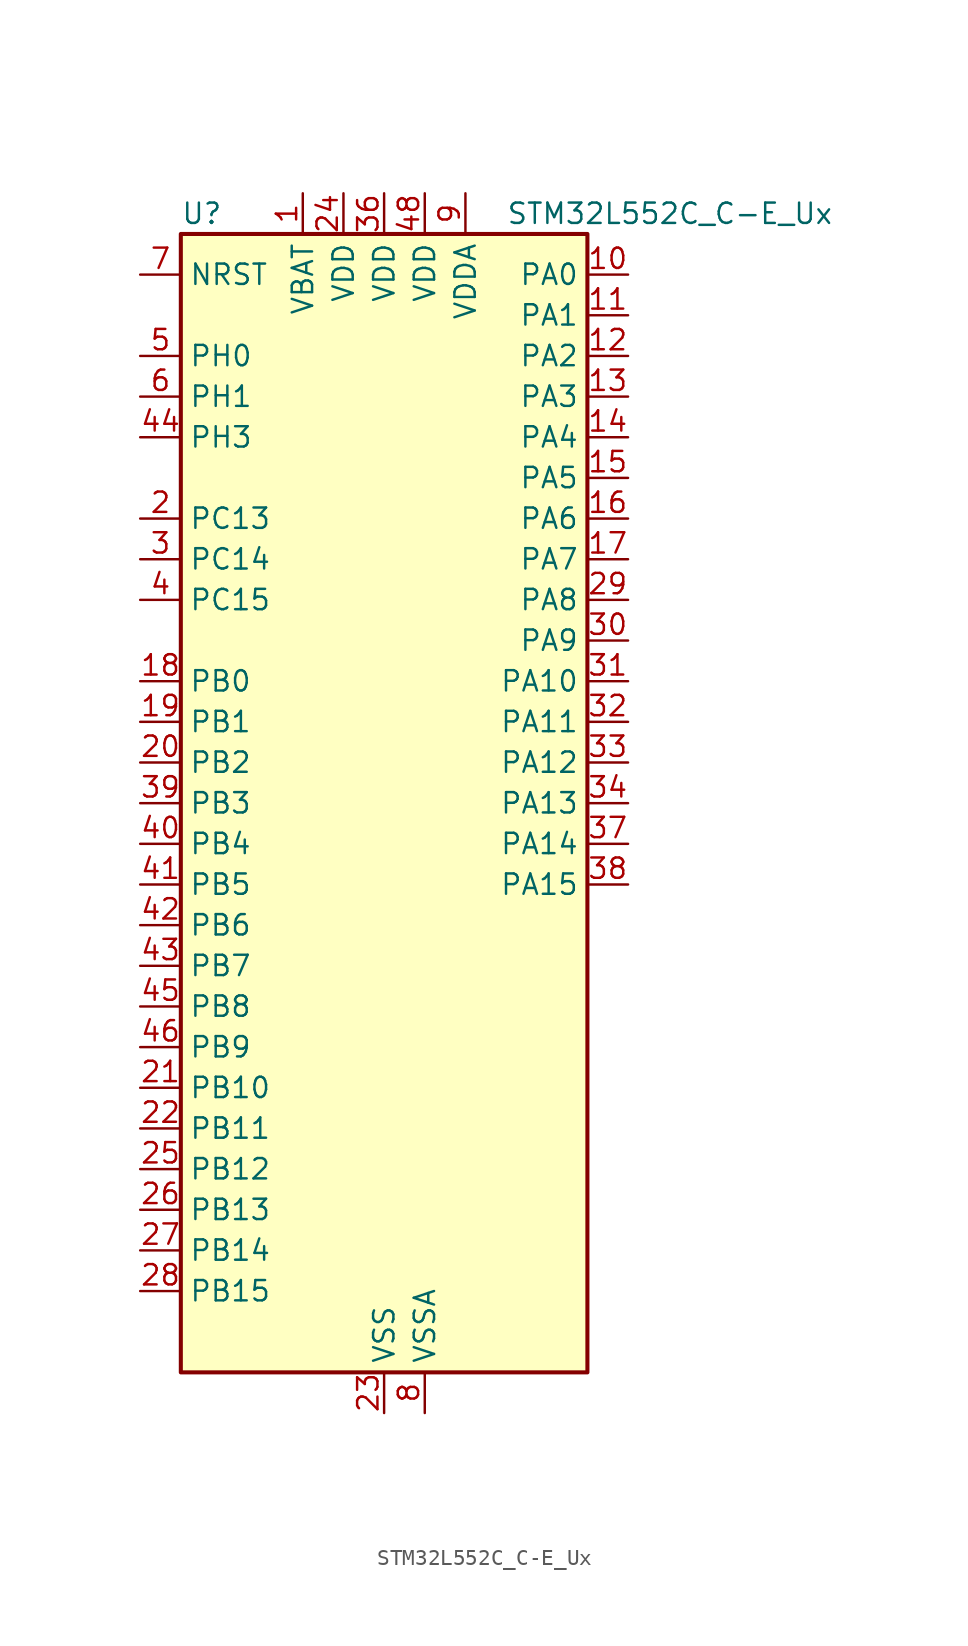
<source format=kicad_sym>
(kicad_symbol_lib
  (version 20231120)
  (generator "kicad-library-utils")
  (generator_version "8.0")
  (symbol "STM32L552C_C-E_Ux"
    (property "Reference" "U"
      (at -12.7 36.83 0)
      (effects (font (size 1.27 1.27)) (justify left)))
    (property "Value" "STM32L552C_C-E_Ux"
      (at 7.62 36.83 0)
      (effects (font (size 1.27 1.27)) (justify left)))
    (property "ki_locked" ""
      (at 0 0 0)
      (effects (font (size 1.27 1.27))))
    (symbol "STM32L552C_C-E_Ux_0_1"
      (rectangle (start -12.7 -35.56) (end 12.7 35.56) (stroke (width 0.254) (type default)) (fill (type background))))
    (symbol "STM32L552C_C-E_Ux_1_1"
      (pin power_in line (at -5.08 38.1 270) (length 2.54) (name "VBAT" (effects (font (size 1.27 1.27)))) (number "1" (effects (font (size 1.27 1.27)))))
      (pin bidirectional line (at 15.24 33.02 180) (length 2.54) (name "PA0" (effects (font (size 1.27 1.27)))) (number "10" (effects (font (size 1.27 1.27)))) (alternate "ADC1_IN5" bidirectional line) (alternate "ADC2_IN5" bidirectional line) (alternate "OPAMP1_VINP" bidirectional line) (alternate "PWR_WKUP1" bidirectional line) (alternate "SAI1_EXTCLK" bidirectional line) (alternate "TAMP_IN2" bidirectional line) (alternate "TAMP_OUT1" bidirectional line) (alternate "TIM2_CH1" bidirectional line) (alternate "TIM2_ETR" bidirectional line) (alternate "TIM5_CH1" bidirectional line) (alternate "TIM8_ETR" bidirectional line) (alternate "UART4_TX" bidirectional line) (alternate "USART2_CTS" bidirectional line) (alternate "USART2_NSS" bidirectional line))
      (pin bidirectional line (at 15.24 30.48 180) (length 2.54) (name "PA1" (effects (font (size 1.27 1.27)))) (number "11" (effects (font (size 1.27 1.27)))) (alternate "ADC1_IN6" bidirectional line) (alternate "ADC2_IN6" bidirectional line) (alternate "I2C1_SMBA" bidirectional line) (alternate "OCTOSPI1_DQS" bidirectional line) (alternate "OPAMP1_VINM" bidirectional line) (alternate "SPI1_SCK" bidirectional line) (alternate "TAMP_IN5" bidirectional line) (alternate "TAMP_OUT4" bidirectional line) (alternate "TIM15_CH1N" bidirectional line) (alternate "TIM2_CH2" bidirectional line) (alternate "TIM5_CH2" bidirectional line) (alternate "UART4_RX" bidirectional line) (alternate "USART2_DE" bidirectional line) (alternate "USART2_RTS" bidirectional line))
      (pin bidirectional line (at 15.24 27.94 180) (length 2.54) (name "PA2" (effects (font (size 1.27 1.27)))) (number "12" (effects (font (size 1.27 1.27)))) (alternate "ADC1_IN7" bidirectional line) (alternate "ADC2_IN7" bidirectional line) (alternate "COMP1_INP" bidirectional line) (alternate "LPUART1_TX" bidirectional line) (alternate "OCTOSPI1_NCS" bidirectional line) (alternate "PWR_WKUP4" bidirectional line) (alternate "RCC_LSCO" bidirectional line) (alternate "SAI2_EXTCLK" bidirectional line) (alternate "TIM15_CH1" bidirectional line) (alternate "TIM2_CH3" bidirectional line) (alternate "TIM5_CH3" bidirectional line) (alternate "UCPD1_FRSTX1" bidirectional line) (alternate "USART2_TX" bidirectional line))
      (pin bidirectional line (at 15.24 25.4 180) (length 2.54) (name "PA3" (effects (font (size 1.27 1.27)))) (number "13" (effects (font (size 1.27 1.27)))) (alternate "ADC1_IN8" bidirectional line) (alternate "ADC2_IN8" bidirectional line) (alternate "LPUART1_RX" bidirectional line) (alternate "OCTOSPI1_CLK" bidirectional line) (alternate "OPAMP1_VOUT" bidirectional line) (alternate "SAI1_CK1" bidirectional line) (alternate "SAI1_MCLK_A" bidirectional line) (alternate "TIM15_CH2" bidirectional line) (alternate "TIM2_CH4" bidirectional line) (alternate "TIM5_CH4" bidirectional line) (alternate "USART2_RX" bidirectional line))
      (pin bidirectional line (at 15.24 22.86 180) (length 2.54) (name "PA4" (effects (font (size 1.27 1.27)))) (number "14" (effects (font (size 1.27 1.27)))) (alternate "ADC1_IN9" bidirectional line) (alternate "ADC2_IN9" bidirectional line) (alternate "DAC1_OUT1" bidirectional line) (alternate "LPTIM2_OUT" bidirectional line) (alternate "OCTOSPI1_NCS" bidirectional line) (alternate "SAI1_FS_B" bidirectional line) (alternate "SPI1_NSS" bidirectional line) (alternate "SPI3_NSS" bidirectional line) (alternate "USART2_CK" bidirectional line))
      (pin bidirectional line (at 15.24 20.32 180) (length 2.54) (name "PA5" (effects (font (size 1.27 1.27)))) (number "15" (effects (font (size 1.27 1.27)))) (alternate "ADC1_IN10" bidirectional line) (alternate "ADC2_IN10" bidirectional line) (alternate "DAC1_OUT2" bidirectional line) (alternate "LPTIM2_ETR" bidirectional line) (alternate "SPI1_SCK" bidirectional line) (alternate "TIM2_CH1" bidirectional line) (alternate "TIM2_ETR" bidirectional line) (alternate "TIM8_CH1N" bidirectional line))
      (pin bidirectional line (at 15.24 17.78 180) (length 2.54) (name "PA6" (effects (font (size 1.27 1.27)))) (number "16" (effects (font (size 1.27 1.27)))) (alternate "ADC1_IN11" bidirectional line) (alternate "ADC2_IN11" bidirectional line) (alternate "LPUART1_CTS" bidirectional line) (alternate "OCTOSPI1_IO3" bidirectional line) (alternate "OPAMP2_VINP" bidirectional line) (alternate "SPI1_MISO" bidirectional line) (alternate "TIM16_CH1" bidirectional line) (alternate "TIM1_BKIN" bidirectional line) (alternate "TIM3_CH1" bidirectional line) (alternate "TIM8_BKIN" bidirectional line) (alternate "USART3_CTS" bidirectional line) (alternate "USART3_NSS" bidirectional line))
      (pin bidirectional line (at 15.24 15.24 180) (length 2.54) (name "PA7" (effects (font (size 1.27 1.27)))) (number "17" (effects (font (size 1.27 1.27)))) (alternate "ADC1_IN12" bidirectional line) (alternate "ADC2_IN12" bidirectional line) (alternate "I2C3_SCL" bidirectional line) (alternate "OCTOSPI1_IO2" bidirectional line) (alternate "OPAMP2_VINM" bidirectional line) (alternate "SPI1_MOSI" bidirectional line) (alternate "TIM17_CH1" bidirectional line) (alternate "TIM1_CH1N" bidirectional line) (alternate "TIM3_CH2" bidirectional line) (alternate "TIM8_CH1N" bidirectional line))
      (pin bidirectional line (at -15.24 7.62 0) (length 2.54) (name "PB0" (effects (font (size 1.27 1.27)))) (number "18" (effects (font (size 1.27 1.27)))) (alternate "ADC1_IN15" bidirectional line) (alternate "ADC2_IN15" bidirectional line) (alternate "COMP1_OUT" bidirectional line) (alternate "OCTOSPI1_IO1" bidirectional line) (alternate "OPAMP2_VOUT" bidirectional line) (alternate "SAI1_EXTCLK" bidirectional line) (alternate "SPI1_NSS" bidirectional line) (alternate "TIM1_CH2N" bidirectional line) (alternate "TIM3_CH3" bidirectional line) (alternate "TIM8_CH2N" bidirectional line) (alternate "USART3_CK" bidirectional line))
      (pin bidirectional line (at -15.24 5.08 0) (length 2.54) (name "PB1" (effects (font (size 1.27 1.27)))) (number "19" (effects (font (size 1.27 1.27)))) (alternate "ADC1_IN16" bidirectional line) (alternate "ADC2_IN16" bidirectional line) (alternate "COMP1_INM" bidirectional line) (alternate "DFSDM1_DATIN0" bidirectional line) (alternate "LPTIM2_IN1" bidirectional line) (alternate "LPUART1_DE" bidirectional line) (alternate "LPUART1_RTS" bidirectional line) (alternate "OCTOSPI1_IO0" bidirectional line) (alternate "TIM1_CH3N" bidirectional line) (alternate "TIM3_CH4" bidirectional line) (alternate "TIM8_CH3N" bidirectional line) (alternate "USART3_DE" bidirectional line) (alternate "USART3_RTS" bidirectional line))
      (pin bidirectional line (at -15.24 17.78 0) (length 2.54) (name "PC13" (effects (font (size 1.27 1.27)))) (number "2" (effects (font (size 1.27 1.27)))) (alternate "PWR_WKUP2" bidirectional line) (alternate "RTC_OUT1" bidirectional line) (alternate "RTC_TS" bidirectional line) (alternate "TAMP_IN1" bidirectional line) (alternate "TAMP_OUT2" bidirectional line))
      (pin bidirectional line (at -15.24 2.54 0) (length 2.54) (name "PB2" (effects (font (size 1.27 1.27)))) (number "20" (effects (font (size 1.27 1.27)))) (alternate "COMP1_INP" bidirectional line) (alternate "DFSDM1_CKIN0" bidirectional line) (alternate "I2C3_SMBA" bidirectional line) (alternate "LPTIM1_OUT" bidirectional line) (alternate "OCTOSPI1_DQS" bidirectional line) (alternate "RTC_OUT2" bidirectional line) (alternate "UCPD1_FRSTX1" bidirectional line))
      (pin bidirectional line (at -15.24 -17.78 0) (length 2.54) (name "PB10" (effects (font (size 1.27 1.27)))) (number "21" (effects (font (size 1.27 1.27)))) (alternate "COMP1_OUT" bidirectional line) (alternate "I2C2_SCL" bidirectional line) (alternate "I2C4_SCL" bidirectional line) (alternate "LPTIM3_OUT" bidirectional line) (alternate "LPUART1_RX" bidirectional line) (alternate "OCTOSPI1_CLK" bidirectional line) (alternate "SAI1_SCK_A" bidirectional line) (alternate "SPI2_SCK" bidirectional line) (alternate "TIM2_CH3" bidirectional line) (alternate "TSC_SYNC" bidirectional line) (alternate "USART3_TX" bidirectional line))
      (pin bidirectional line (at -15.24 -20.32 0) (length 2.54) (name "PB11" (effects (font (size 1.27 1.27)))) (number "22" (effects (font (size 1.27 1.27)))) (alternate "ADC1_EXTI11" bidirectional line) (alternate "ADC2_EXTI11" bidirectional line) (alternate "COMP2_OUT" bidirectional line) (alternate "I2C2_SDA" bidirectional line) (alternate "I2C4_SDA" bidirectional line) (alternate "LPUART1_TX" bidirectional line) (alternate "OCTOSPI1_NCS" bidirectional line) (alternate "TIM2_CH4" bidirectional line) (alternate "USART3_RX" bidirectional line))
      (pin power_in line (at 0 -38.1 90) (length 2.54) (name "VSS" (effects (font (size 1.27 1.27)))) (number "23" (effects (font (size 1.27 1.27)))))
      (pin power_in line (at -2.54 38.1 270) (length 2.54) (name "VDD" (effects (font (size 1.27 1.27)))) (number "24" (effects (font (size 1.27 1.27)))))
      (pin bidirectional line (at -15.24 -22.86 0) (length 2.54) (name "PB12" (effects (font (size 1.27 1.27)))) (number "25" (effects (font (size 1.27 1.27)))) (alternate "DFSDM1_DATIN1" bidirectional line) (alternate "I2C2_SMBA" bidirectional line) (alternate "LPUART1_DE" bidirectional line) (alternate "LPUART1_RTS" bidirectional line) (alternate "OCTOSPI1_NCLK" bidirectional line) (alternate "SAI2_FS_A" bidirectional line) (alternate "SPI2_NSS" bidirectional line) (alternate "TIM15_BKIN" bidirectional line) (alternate "TIM1_BKIN" bidirectional line) (alternate "TSC_G1_IO1" bidirectional line) (alternate "USART3_CK" bidirectional line))
      (pin bidirectional line (at -15.24 -25.4 0) (length 2.54) (name "PB13" (effects (font (size 1.27 1.27)))) (number "26" (effects (font (size 1.27 1.27)))) (alternate "DFSDM1_CKIN1" bidirectional line) (alternate "I2C2_SCL" bidirectional line) (alternate "LPTIM3_IN1" bidirectional line) (alternate "LPUART1_CTS" bidirectional line) (alternate "SAI2_SCK_A" bidirectional line) (alternate "SPI2_SCK" bidirectional line) (alternate "TIM15_CH1N" bidirectional line) (alternate "TIM1_CH1N" bidirectional line) (alternate "TSC_G1_IO2" bidirectional line) (alternate "UCPD1_FRSTX2" bidirectional line) (alternate "USART3_CTS" bidirectional line) (alternate "USART3_NSS" bidirectional line))
      (pin bidirectional line (at -15.24 -27.94 0) (length 2.54) (name "PB14" (effects (font (size 1.27 1.27)))) (number "27" (effects (font (size 1.27 1.27)))) (alternate "DFSDM1_DATIN2" bidirectional line) (alternate "I2C2_SDA" bidirectional line) (alternate "LPTIM3_ETR" bidirectional line) (alternate "SAI2_MCLK_A" bidirectional line) (alternate "SPI2_MISO" bidirectional line) (alternate "TIM15_CH1" bidirectional line) (alternate "TIM1_CH2N" bidirectional line) (alternate "TIM8_CH2N" bidirectional line) (alternate "TSC_G1_IO3" bidirectional line) (alternate "UCPD1_DBCC2" bidirectional line) (alternate "USART3_DE" bidirectional line) (alternate "USART3_RTS" bidirectional line))
      (pin bidirectional line (at -15.24 -30.48 0) (length 2.54) (name "PB15" (effects (font (size 1.27 1.27)))) (number "28" (effects (font (size 1.27 1.27)))) (alternate "ADC1_EXTI15" bidirectional line) (alternate "ADC2_EXTI15" bidirectional line) (alternate "DFSDM1_CKIN2" bidirectional line) (alternate "RTC_REFIN" bidirectional line) (alternate "SAI2_SD_A" bidirectional line) (alternate "SPI2_MOSI" bidirectional line) (alternate "TIM15_CH2" bidirectional line) (alternate "TIM1_CH3N" bidirectional line) (alternate "TIM8_CH3N" bidirectional line) (alternate "UCPD1_CC2" bidirectional line))
      (pin bidirectional line (at 15.24 12.7 180) (length 2.54) (name "PA8" (effects (font (size 1.27 1.27)))) (number "29" (effects (font (size 1.27 1.27)))) (alternate "LPTIM2_OUT" bidirectional line) (alternate "RCC_MCO" bidirectional line) (alternate "SAI1_CK2" bidirectional line) (alternate "SAI1_SCK_A" bidirectional line) (alternate "TIM1_CH1" bidirectional line) (alternate "USART1_CK" bidirectional line))
      (pin bidirectional line (at -15.24 15.24 0) (length 2.54) (name "PC14" (effects (font (size 1.27 1.27)))) (number "3" (effects (font (size 1.27 1.27)))) (alternate "RCC_OSC32_IN" bidirectional line))
      (pin bidirectional line (at 15.24 10.16 180) (length 2.54) (name "PA9" (effects (font (size 1.27 1.27)))) (number "30" (effects (font (size 1.27 1.27)))) (alternate "DAC1_EXTI9" bidirectional line) (alternate "SAI1_FS_A" bidirectional line) (alternate "SPI2_SCK" bidirectional line) (alternate "TIM15_BKIN" bidirectional line) (alternate "TIM1_CH2" bidirectional line) (alternate "USART1_TX" bidirectional line))
      (pin bidirectional line (at 15.24 7.62 180) (length 2.54) (name "PA10" (effects (font (size 1.27 1.27)))) (number "31" (effects (font (size 1.27 1.27)))) (alternate "CRS_SYNC" bidirectional line) (alternate "SAI1_D1" bidirectional line) (alternate "SAI1_SD_A" bidirectional line) (alternate "TIM17_BKIN" bidirectional line) (alternate "TIM1_CH3" bidirectional line) (alternate "USART1_RX" bidirectional line))
      (pin bidirectional line (at 15.24 5.08 180) (length 2.54) (name "PA11" (effects (font (size 1.27 1.27)))) (number "32" (effects (font (size 1.27 1.27)))) (alternate "ADC1_EXTI11" bidirectional line) (alternate "ADC2_EXTI11" bidirectional line) (alternate "FDCAN1_RX" bidirectional line) (alternate "SPI1_MISO" bidirectional line) (alternate "TIM1_BKIN2" bidirectional line) (alternate "TIM1_CH4" bidirectional line) (alternate "USART1_CTS" bidirectional line) (alternate "USART1_NSS" bidirectional line) (alternate "USB_DM" bidirectional line))
      (pin bidirectional line (at 15.24 2.54 180) (length 2.54) (name "PA12" (effects (font (size 1.27 1.27)))) (number "33" (effects (font (size 1.27 1.27)))) (alternate "FDCAN1_TX" bidirectional line) (alternate "SPI1_MOSI" bidirectional line) (alternate "TIM1_ETR" bidirectional line) (alternate "USART1_DE" bidirectional line) (alternate "USART1_RTS" bidirectional line) (alternate "USB_DP" bidirectional line))
      (pin bidirectional line (at 15.24 0 180) (length 2.54) (name "PA13" (effects (font (size 1.27 1.27)))) (number "34" (effects (font (size 1.27 1.27)))) (alternate "DEBUG_JTMS-SWDIO" bidirectional line) (alternate "IR_OUT" bidirectional line) (alternate "SAI1_SD_B" bidirectional line) (alternate "USB_NOE" bidirectional line))
      (pin passive line (at 0 -38.1 90) (length 2.54) hide (name "VSS" (effects (font (size 1.27 1.27)))) (number "35" (effects (font (size 1.27 1.27)))))
      (pin power_in line (at 0 38.1 270) (length 2.54) (name "VDD" (effects (font (size 1.27 1.27)))) (number "36" (effects (font (size 1.27 1.27)))))
      (pin bidirectional line (at 15.24 -2.54 180) (length 2.54) (name "PA14" (effects (font (size 1.27 1.27)))) (number "37" (effects (font (size 1.27 1.27)))) (alternate "DEBUG_JTCK-SWCLK" bidirectional line) (alternate "I2C1_SMBA" bidirectional line) (alternate "I2C4_SMBA" bidirectional line) (alternate "LPTIM1_OUT" bidirectional line) (alternate "SAI1_FS_B" bidirectional line))
      (pin bidirectional line (at 15.24 -5.08 180) (length 2.54) (name "PA15" (effects (font (size 1.27 1.27)))) (number "38" (effects (font (size 1.27 1.27)))) (alternate "ADC1_EXTI15" bidirectional line) (alternate "ADC2_EXTI15" bidirectional line) (alternate "DEBUG_JTDI" bidirectional line) (alternate "SAI2_FS_B" bidirectional line) (alternate "SPI1_NSS" bidirectional line) (alternate "SPI3_NSS" bidirectional line) (alternate "TIM2_CH1" bidirectional line) (alternate "TIM2_ETR" bidirectional line) (alternate "UART4_DE" bidirectional line) (alternate "UART4_RTS" bidirectional line) (alternate "UCPD1_CC1" bidirectional line) (alternate "USART2_RX" bidirectional line) (alternate "USART3_DE" bidirectional line) (alternate "USART3_RTS" bidirectional line))
      (pin bidirectional line (at -15.24 0 0) (length 2.54) (name "PB3" (effects (font (size 1.27 1.27)))) (number "39" (effects (font (size 1.27 1.27)))) (alternate "COMP2_INM" bidirectional line) (alternate "CRS_SYNC" bidirectional line) (alternate "DEBUG_JTDO-SWO" bidirectional line) (alternate "SAI1_SCK_B" bidirectional line) (alternate "SPI1_SCK" bidirectional line) (alternate "SPI3_SCK" bidirectional line) (alternate "TIM2_CH2" bidirectional line) (alternate "USART1_DE" bidirectional line) (alternate "USART1_RTS" bidirectional line))
      (pin bidirectional line (at -15.24 12.7 0) (length 2.54) (name "PC15" (effects (font (size 1.27 1.27)))) (number "4" (effects (font (size 1.27 1.27)))) (alternate "ADC1_EXTI15" bidirectional line) (alternate "ADC2_EXTI15" bidirectional line) (alternate "RCC_OSC32_OUT" bidirectional line))
      (pin bidirectional line (at -15.24 -2.54 0) (length 2.54) (name "PB4" (effects (font (size 1.27 1.27)))) (number "40" (effects (font (size 1.27 1.27)))) (alternate "COMP2_INP" bidirectional line) (alternate "DEBUG_JTRST" bidirectional line) (alternate "I2C3_SDA" bidirectional line) (alternate "SAI1_MCLK_B" bidirectional line) (alternate "SPI1_MISO" bidirectional line) (alternate "SPI3_MISO" bidirectional line) (alternate "TIM17_BKIN" bidirectional line) (alternate "TIM3_CH1" bidirectional line) (alternate "TSC_G2_IO1" bidirectional line) (alternate "USART1_CTS" bidirectional line) (alternate "USART1_NSS" bidirectional line))
      (pin bidirectional line (at -15.24 -5.08 0) (length 2.54) (name "PB5" (effects (font (size 1.27 1.27)))) (number "41" (effects (font (size 1.27 1.27)))) (alternate "COMP2_OUT" bidirectional line) (alternate "I2C1_SMBA" bidirectional line) (alternate "LPTIM1_IN1" bidirectional line) (alternate "OCTOSPI1_NCLK" bidirectional line) (alternate "SAI1_SD_B" bidirectional line) (alternate "SPI1_MOSI" bidirectional line) (alternate "SPI3_MOSI" bidirectional line) (alternate "TIM16_BKIN" bidirectional line) (alternate "TIM3_CH2" bidirectional line) (alternate "TSC_G2_IO2" bidirectional line) (alternate "UCPD1_DBCC1" bidirectional line) (alternate "USART1_CK" bidirectional line))
      (pin bidirectional line (at -15.24 -7.62 0) (length 2.54) (name "PB6" (effects (font (size 1.27 1.27)))) (number "42" (effects (font (size 1.27 1.27)))) (alternate "COMP2_INP" bidirectional line) (alternate "I2C1_SCL" bidirectional line) (alternate "I2C4_SCL" bidirectional line) (alternate "LPTIM1_ETR" bidirectional line) (alternate "SAI1_FS_B" bidirectional line) (alternate "TIM16_CH1N" bidirectional line) (alternate "TIM4_CH1" bidirectional line) (alternate "TIM8_BKIN2" bidirectional line) (alternate "TSC_G2_IO3" bidirectional line) (alternate "USART1_TX" bidirectional line))
      (pin bidirectional line (at -15.24 -10.16 0) (length 2.54) (name "PB7" (effects (font (size 1.27 1.27)))) (number "43" (effects (font (size 1.27 1.27)))) (alternate "COMP2_INM" bidirectional line) (alternate "I2C1_SDA" bidirectional line) (alternate "I2C4_SDA" bidirectional line) (alternate "LPTIM1_IN2" bidirectional line) (alternate "PWR_PVD_IN" bidirectional line) (alternate "TIM17_CH1N" bidirectional line) (alternate "TIM4_CH2" bidirectional line) (alternate "TIM8_BKIN" bidirectional line) (alternate "TSC_G2_IO4" bidirectional line) (alternate "UART4_CTS" bidirectional line) (alternate "USART1_RX" bidirectional line))
      (pin bidirectional line (at -15.24 22.86 0) (length 2.54) (name "PH3" (effects (font (size 1.27 1.27)))) (number "44" (effects (font (size 1.27 1.27)))))
      (pin bidirectional line (at -15.24 -12.7 0) (length 2.54) (name "PB8" (effects (font (size 1.27 1.27)))) (number "45" (effects (font (size 1.27 1.27)))) (alternate "DFSDM1_CKOUT" bidirectional line) (alternate "FDCAN1_RX" bidirectional line) (alternate "I2C1_SCL" bidirectional line) (alternate "SAI1_CK1" bidirectional line) (alternate "SAI1_MCLK_A" bidirectional line) (alternate "TIM16_CH1" bidirectional line) (alternate "TIM4_CH3" bidirectional line))
      (pin bidirectional line (at -15.24 -15.24 0) (length 2.54) (name "PB9" (effects (font (size 1.27 1.27)))) (number "46" (effects (font (size 1.27 1.27)))) (alternate "DAC1_EXTI9" bidirectional line) (alternate "FDCAN1_TX" bidirectional line) (alternate "I2C1_SDA" bidirectional line) (alternate "IR_OUT" bidirectional line) (alternate "SAI1_D2" bidirectional line) (alternate "SAI1_FS_A" bidirectional line) (alternate "SPI2_NSS" bidirectional line) (alternate "TIM17_CH1" bidirectional line) (alternate "TIM4_CH4" bidirectional line))
      (pin passive line (at 0 -38.1 90) (length 2.54) hide (name "VSS" (effects (font (size 1.27 1.27)))) (number "47" (effects (font (size 1.27 1.27)))))
      (pin power_in line (at 2.54 38.1 270) (length 2.54) (name "VDD" (effects (font (size 1.27 1.27)))) (number "48" (effects (font (size 1.27 1.27)))))
      (pin passive line (at 0 -38.1 90) (length 2.54) hide (name "VSS" (effects (font (size 1.27 1.27)))) (number "49" (effects (font (size 1.27 1.27)))))
      (pin bidirectional line (at -15.24 27.94 0) (length 2.54) (name "PH0" (effects (font (size 1.27 1.27)))) (number "5" (effects (font (size 1.27 1.27)))) (alternate "RCC_OSC_IN" bidirectional line))
      (pin bidirectional line (at -15.24 25.4 0) (length 2.54) (name "PH1" (effects (font (size 1.27 1.27)))) (number "6" (effects (font (size 1.27 1.27)))) (alternate "RCC_OSC_OUT" bidirectional line))
      (pin input line (at -15.24 33.02 0) (length 2.54) (name "NRST" (effects (font (size 1.27 1.27)))) (number "7" (effects (font (size 1.27 1.27)))))
      (pin power_in line (at 2.54 -38.1 90) (length 2.54) (name "VSSA" (effects (font (size 1.27 1.27)))) (number "8" (effects (font (size 1.27 1.27)))))
      (pin power_in line (at 5.08 38.1 270) (length 2.54) (name "VDDA" (effects (font (size 1.27 1.27)))) (number "9" (effects (font (size 1.27 1.27))))))))
</source>
